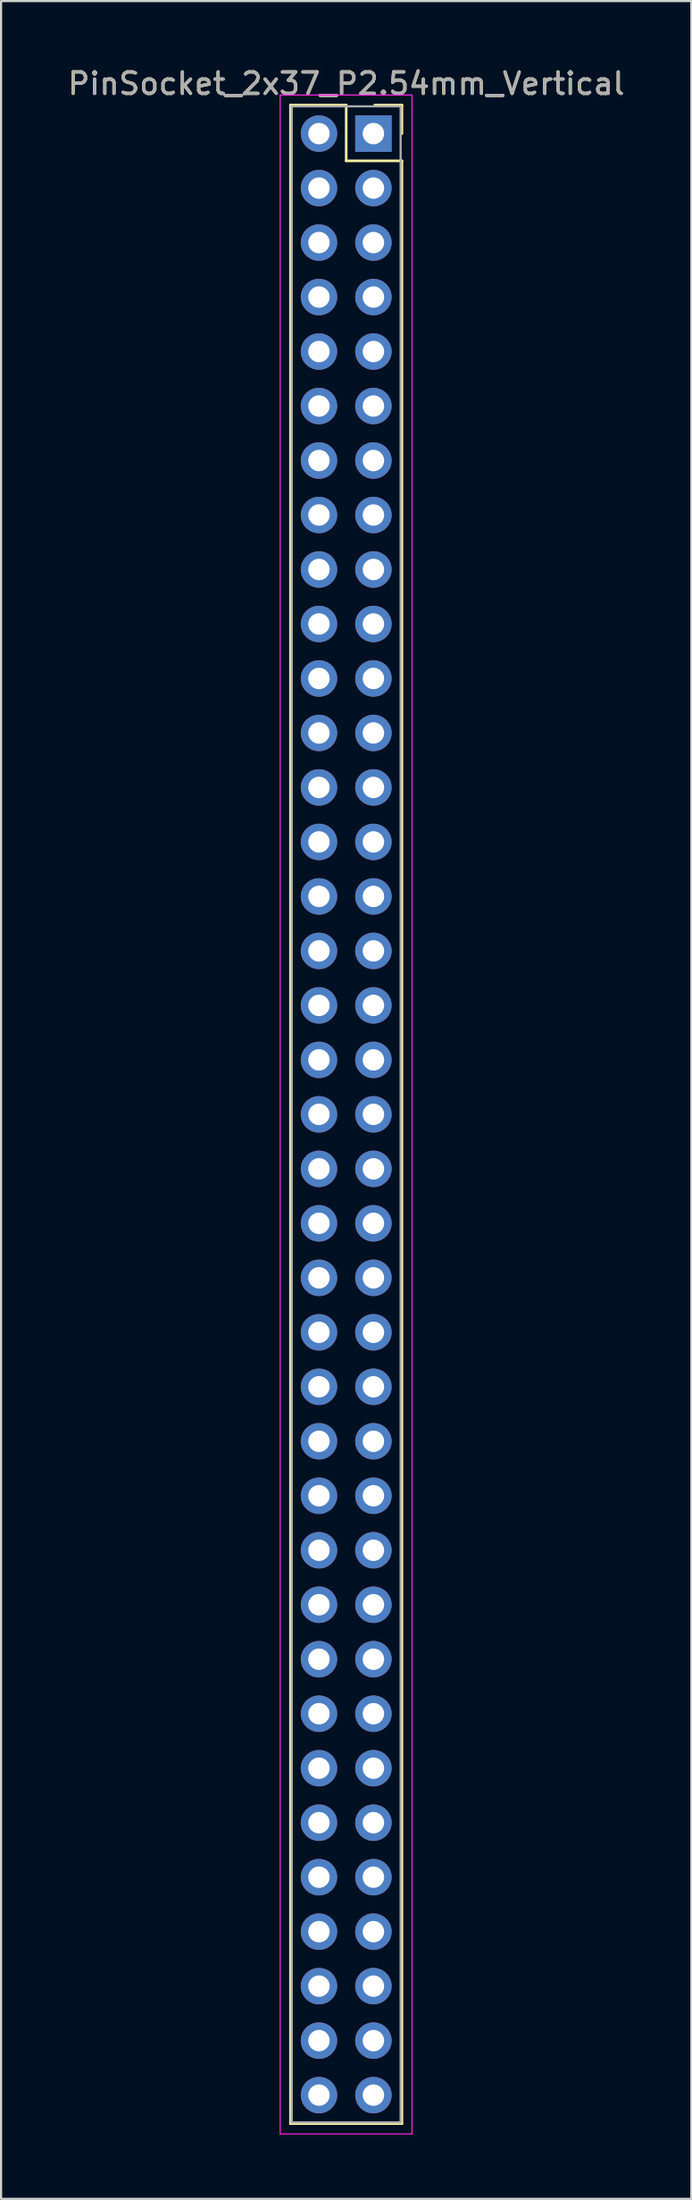
<source format=kicad_pcb>
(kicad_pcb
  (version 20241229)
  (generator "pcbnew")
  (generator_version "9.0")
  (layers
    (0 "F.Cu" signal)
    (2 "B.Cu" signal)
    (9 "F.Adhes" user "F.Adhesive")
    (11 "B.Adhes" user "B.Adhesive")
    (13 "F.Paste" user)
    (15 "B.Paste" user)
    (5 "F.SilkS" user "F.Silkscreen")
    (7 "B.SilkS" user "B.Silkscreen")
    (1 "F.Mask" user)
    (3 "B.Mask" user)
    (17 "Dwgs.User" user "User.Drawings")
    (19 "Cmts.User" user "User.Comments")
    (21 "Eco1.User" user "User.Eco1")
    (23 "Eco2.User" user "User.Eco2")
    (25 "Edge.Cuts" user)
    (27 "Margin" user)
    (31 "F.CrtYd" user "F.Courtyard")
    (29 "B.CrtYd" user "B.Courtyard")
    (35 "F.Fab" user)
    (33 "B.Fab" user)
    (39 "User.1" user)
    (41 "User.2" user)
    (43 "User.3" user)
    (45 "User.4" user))
  (footprint "PinSocket_2x37_P2.54mm_Vertical"
    (layer "F.Cu")
    (at 14.371 3.178)
    (property "Reference" "PinSocket_2x37_P2.54mm_Vertical" (at -1.27 -2.33 0) (layer "F.SilkS") (effects (font (size 1 1) (thickness 0.15))))
    (attr through_hole)
    (fp_line (start -3.87 -1.33) (end -1.27 -1.33) (stroke (width 0.12) (type solid)) (layer "F.SilkS"))
    (fp_line (start -3.87 92.77) (end -3.87 -1.33) (stroke (width 0.12) (type solid)) (layer "F.SilkS"))
    (fp_line (start -1.27 -1.33) (end -1.27 1.27) (stroke (width 0.12) (type solid)) (layer "F.SilkS"))
    (fp_line (start -1.27 1.27) (end 1.33 1.27) (stroke (width 0.12) (type solid)) (layer "F.SilkS"))
    (fp_line (start 1.33 -1.33) (end 0.06 -1.33) (stroke (width 0.12) (type solid)) (layer "F.SilkS"))
    (fp_line (start 1.33 0) (end 1.33 -1.33) (stroke (width 0.12) (type solid)) (layer "F.SilkS"))
    (fp_line (start 1.33 1.27) (end 1.33 92.77) (stroke (width 0.12) (type solid)) (layer "F.SilkS"))
    (fp_line (start 1.33 92.77) (end -3.87 92.77) (stroke (width 0.12) (type solid)) (layer "F.SilkS"))
    (fp_line (start -4.35 -1.8) (end -4.35 93.25) (stroke (width 0.05) (type solid)) (layer "F.CrtYd"))
    (fp_line (start -4.35 93.25) (end 1.8 93.25) (stroke (width 0.05) (type solid)) (layer "F.CrtYd"))
    (fp_line (start 1.8 -1.8) (end -4.35 -1.8) (stroke (width 0.05) (type solid)) (layer "F.CrtYd"))
    (fp_line (start 1.8 93.25) (end 1.8 -1.8) (stroke (width 0.05) (type solid)) (layer "F.CrtYd"))
    (fp_line (start -3.81 -1.27) (end -3.81 92.71) (stroke (width 0.1) (type solid)) (layer "F.Fab"))
    (fp_line (start -3.81 92.71) (end 1.27 92.71) (stroke (width 0.1) (type solid)) (layer "F.Fab"))
    (fp_line (start 1.27 -1.27) (end -3.81 -1.27) (stroke (width 0.1) (type solid)) (layer "F.Fab"))
    (fp_line (start 1.27 92.71) (end 1.27 -1.27) (stroke (width 0.1) (type solid)) (layer "F.Fab"))
    (fp_text user "${REFERENCE}" (at -1.27 -2.33 0) (layer "F.Fab") (effects (font (size 1 1) (thickness 0.15))))
    (pad "1" thru_hole rect (at 0 0) (size 1.7 1.7) (drill 1) (layers "*.Cu" "*.Mask"))
    (pad "2" thru_hole oval (at -2.54 0) (size 1.7 1.7) (drill 1) (layers "*.Cu" "*.Mask"))
    (pad "3" thru_hole oval (at 0 2.54) (size 1.7 1.7) (drill 1) (layers "*.Cu" "*.Mask"))
    (pad "4" thru_hole oval (at -2.54 2.54) (size 1.7 1.7) (drill 1) (layers "*.Cu" "*.Mask"))
    (pad "5" thru_hole oval (at 0 5.08) (size 1.7 1.7) (drill 1) (layers "*.Cu" "*.Mask"))
    (pad "6" thru_hole oval (at -2.54 5.08) (size 1.7 1.7) (drill 1) (layers "*.Cu" "*.Mask"))
    (pad "7" thru_hole oval (at 0 7.62) (size 1.7 1.7) (drill 1) (layers "*.Cu" "*.Mask"))
    (pad "8" thru_hole oval (at -2.54 7.62) (size 1.7 1.7) (drill 1) (layers "*.Cu" "*.Mask"))
    (pad "9" thru_hole oval (at 0 10.16) (size 1.7 1.7) (drill 1) (layers "*.Cu" "*.Mask"))
    (pad "10" thru_hole oval (at -2.54 10.16) (size 1.7 1.7) (drill 1) (layers "*.Cu" "*.Mask"))
    (pad "11" thru_hole oval (at 0 12.7) (size 1.7 1.7) (drill 1) (layers "*.Cu" "*.Mask"))
    (pad "12" thru_hole oval (at -2.54 12.7) (size 1.7 1.7) (drill 1) (layers "*.Cu" "*.Mask"))
    (pad "13" thru_hole oval (at 0 15.24) (size 1.7 1.7) (drill 1) (layers "*.Cu" "*.Mask"))
    (pad "14" thru_hole oval (at -2.54 15.24) (size 1.7 1.7) (drill 1) (layers "*.Cu" "*.Mask"))
    (pad "15" thru_hole oval (at 0 17.78) (size 1.7 1.7) (drill 1) (layers "*.Cu" "*.Mask"))
    (pad "16" thru_hole oval (at -2.54 17.78) (size 1.7 1.7) (drill 1) (layers "*.Cu" "*.Mask"))
    (pad "17" thru_hole oval (at 0 20.32) (size 1.7 1.7) (drill 1) (layers "*.Cu" "*.Mask"))
    (pad "18" thru_hole oval (at -2.54 20.32) (size 1.7 1.7) (drill 1) (layers "*.Cu" "*.Mask"))
    (pad "19" thru_hole oval (at 0 22.86) (size 1.7 1.7) (drill 1) (layers "*.Cu" "*.Mask"))
    (pad "20" thru_hole oval (at -2.54 22.86) (size 1.7 1.7) (drill 1) (layers "*.Cu" "*.Mask"))
    (pad "21" thru_hole oval (at 0 25.4) (size 1.7 1.7) (drill 1) (layers "*.Cu" "*.Mask"))
    (pad "22" thru_hole oval (at -2.54 25.4) (size 1.7 1.7) (drill 1) (layers "*.Cu" "*.Mask"))
    (pad "23" thru_hole oval (at 0 27.94) (size 1.7 1.7) (drill 1) (layers "*.Cu" "*.Mask"))
    (pad "24" thru_hole oval (at -2.54 27.94) (size 1.7 1.7) (drill 1) (layers "*.Cu" "*.Mask"))
    (pad "25" thru_hole oval (at 0 30.48) (size 1.7 1.7) (drill 1) (layers "*.Cu" "*.Mask"))
    (pad "26" thru_hole oval (at -2.54 30.48) (size 1.7 1.7) (drill 1) (layers "*.Cu" "*.Mask"))
    (pad "27" thru_hole oval (at 0 33.02) (size 1.7 1.7) (drill 1) (layers "*.Cu" "*.Mask"))
    (pad "28" thru_hole oval (at -2.54 33.02) (size 1.7 1.7) (drill 1) (layers "*.Cu" "*.Mask"))
    (pad "29" thru_hole oval (at 0 35.56) (size 1.7 1.7) (drill 1) (layers "*.Cu" "*.Mask"))
    (pad "30" thru_hole oval (at -2.54 35.56) (size 1.7 1.7) (drill 1) (layers "*.Cu" "*.Mask"))
    (pad "31" thru_hole oval (at 0 38.1) (size 1.7 1.7) (drill 1) (layers "*.Cu" "*.Mask"))
    (pad "32" thru_hole oval (at -2.54 38.1) (size 1.7 1.7) (drill 1) (layers "*.Cu" "*.Mask"))
    (pad "33" thru_hole oval (at 0 40.64) (size 1.7 1.7) (drill 1) (layers "*.Cu" "*.Mask"))
    (pad "34" thru_hole oval (at -2.54 40.64) (size 1.7 1.7) (drill 1) (layers "*.Cu" "*.Mask"))
    (pad "35" thru_hole oval (at 0 43.18) (size 1.7 1.7) (drill 1) (layers "*.Cu" "*.Mask"))
    (pad "36" thru_hole oval (at -2.54 43.18) (size 1.7 1.7) (drill 1) (layers "*.Cu" "*.Mask"))
    (pad "37" thru_hole oval (at 0 45.72) (size 1.7 1.7) (drill 1) (layers "*.Cu" "*.Mask"))
    (pad "38" thru_hole oval (at -2.54 45.72) (size 1.7 1.7) (drill 1) (layers "*.Cu" "*.Mask"))
    (pad "39" thru_hole oval (at 0 48.26) (size 1.7 1.7) (drill 1) (layers "*.Cu" "*.Mask"))
    (pad "40" thru_hole oval (at -2.54 48.26) (size 1.7 1.7) (drill 1) (layers "*.Cu" "*.Mask"))
    (pad "41" thru_hole oval (at 0 50.8) (size 1.7 1.7) (drill 1) (layers "*.Cu" "*.Mask"))
    (pad "42" thru_hole oval (at -2.54 50.8) (size 1.7 1.7) (drill 1) (layers "*.Cu" "*.Mask"))
    (pad "43" thru_hole oval (at 0 53.34) (size 1.7 1.7) (drill 1) (layers "*.Cu" "*.Mask"))
    (pad "44" thru_hole oval (at -2.54 53.34) (size 1.7 1.7) (drill 1) (layers "*.Cu" "*.Mask"))
    (pad "45" thru_hole oval (at 0 55.88) (size 1.7 1.7) (drill 1) (layers "*.Cu" "*.Mask"))
    (pad "46" thru_hole oval (at -2.54 55.88) (size 1.7 1.7) (drill 1) (layers "*.Cu" "*.Mask"))
    (pad "47" thru_hole oval (at 0 58.42) (size 1.7 1.7) (drill 1) (layers "*.Cu" "*.Mask"))
    (pad "48" thru_hole oval (at -2.54 58.42) (size 1.7 1.7) (drill 1) (layers "*.Cu" "*.Mask"))
    (pad "49" thru_hole oval (at 0 60.96) (size 1.7 1.7) (drill 1) (layers "*.Cu" "*.Mask"))
    (pad "50" thru_hole oval (at -2.54 60.96) (size 1.7 1.7) (drill 1) (layers "*.Cu" "*.Mask"))
    (pad "51" thru_hole oval (at 0 63.5) (size 1.7 1.7) (drill 1) (layers "*.Cu" "*.Mask"))
    (pad "52" thru_hole oval (at -2.54 63.5) (size 1.7 1.7) (drill 1) (layers "*.Cu" "*.Mask"))
    (pad "53" thru_hole oval (at 0 66.04) (size 1.7 1.7) (drill 1) (layers "*.Cu" "*.Mask"))
    (pad "54" thru_hole oval (at -2.54 66.04) (size 1.7 1.7) (drill 1) (layers "*.Cu" "*.Mask"))
    (pad "55" thru_hole oval (at 0 68.58) (size 1.7 1.7) (drill 1) (layers "*.Cu" "*.Mask"))
    (pad "56" thru_hole oval (at -2.54 68.58) (size 1.7 1.7) (drill 1) (layers "*.Cu" "*.Mask"))
    (pad "57" thru_hole oval (at 0 71.12) (size 1.7 1.7) (drill 1) (layers "*.Cu" "*.Mask"))
    (pad "58" thru_hole oval (at -2.54 71.12) (size 1.7 1.7) (drill 1) (layers "*.Cu" "*.Mask"))
    (pad "59" thru_hole oval (at 0 73.66) (size 1.7 1.7) (drill 1) (layers "*.Cu" "*.Mask"))
    (pad "60" thru_hole oval (at -2.54 73.66) (size 1.7 1.7) (drill 1) (layers "*.Cu" "*.Mask"))
    (pad "61" thru_hole oval (at 0 76.2) (size 1.7 1.7) (drill 1) (layers "*.Cu" "*.Mask"))
    (pad "62" thru_hole oval (at -2.54 76.2) (size 1.7 1.7) (drill 1) (layers "*.Cu" "*.Mask"))
    (pad "63" thru_hole oval (at 0 78.74) (size 1.7 1.7) (drill 1) (layers "*.Cu" "*.Mask"))
    (pad "64" thru_hole oval (at -2.54 78.74) (size 1.7 1.7) (drill 1) (layers "*.Cu" "*.Mask"))
    (pad "65" thru_hole oval (at 0 81.28) (size 1.7 1.7) (drill 1) (layers "*.Cu" "*.Mask"))
    (pad "66" thru_hole oval (at -2.54 81.28) (size 1.7 1.7) (drill 1) (layers "*.Cu" "*.Mask"))
    (pad "67" thru_hole oval (at 0 83.82) (size 1.7 1.7) (drill 1) (layers "*.Cu" "*.Mask"))
    (pad "68" thru_hole oval (at -2.54 83.82) (size 1.7 1.7) (drill 1) (layers "*.Cu" "*.Mask"))
    (pad "69" thru_hole oval (at 0 86.36) (size 1.7 1.7) (drill 1) (layers "*.Cu" "*.Mask"))
    (pad "70" thru_hole oval (at -2.54 86.36) (size 1.7 1.7) (drill 1) (layers "*.Cu" "*.Mask"))
    (pad "71" thru_hole oval (at 0 88.9) (size 1.7 1.7) (drill 1) (layers "*.Cu" "*.Mask"))
    (pad "72" thru_hole oval (at -2.54 88.9) (size 1.7 1.7) (drill 1) (layers "*.Cu" "*.Mask"))
    (pad "73" thru_hole oval (at 0 91.44) (size 1.7 1.7) (drill 1) (layers "*.Cu" "*.Mask"))
    (pad "74" thru_hole oval (at -2.54 91.44) (size 1.7 1.7) (drill 1) (layers "*.Cu" "*.Mask")))
  (gr_rect
    (start -3 -3)
    (end 29.202 99.453)
    (stroke (width 0.1) (type default))
    (fill no)
    (layer "Edge.Cuts")))
</source>
